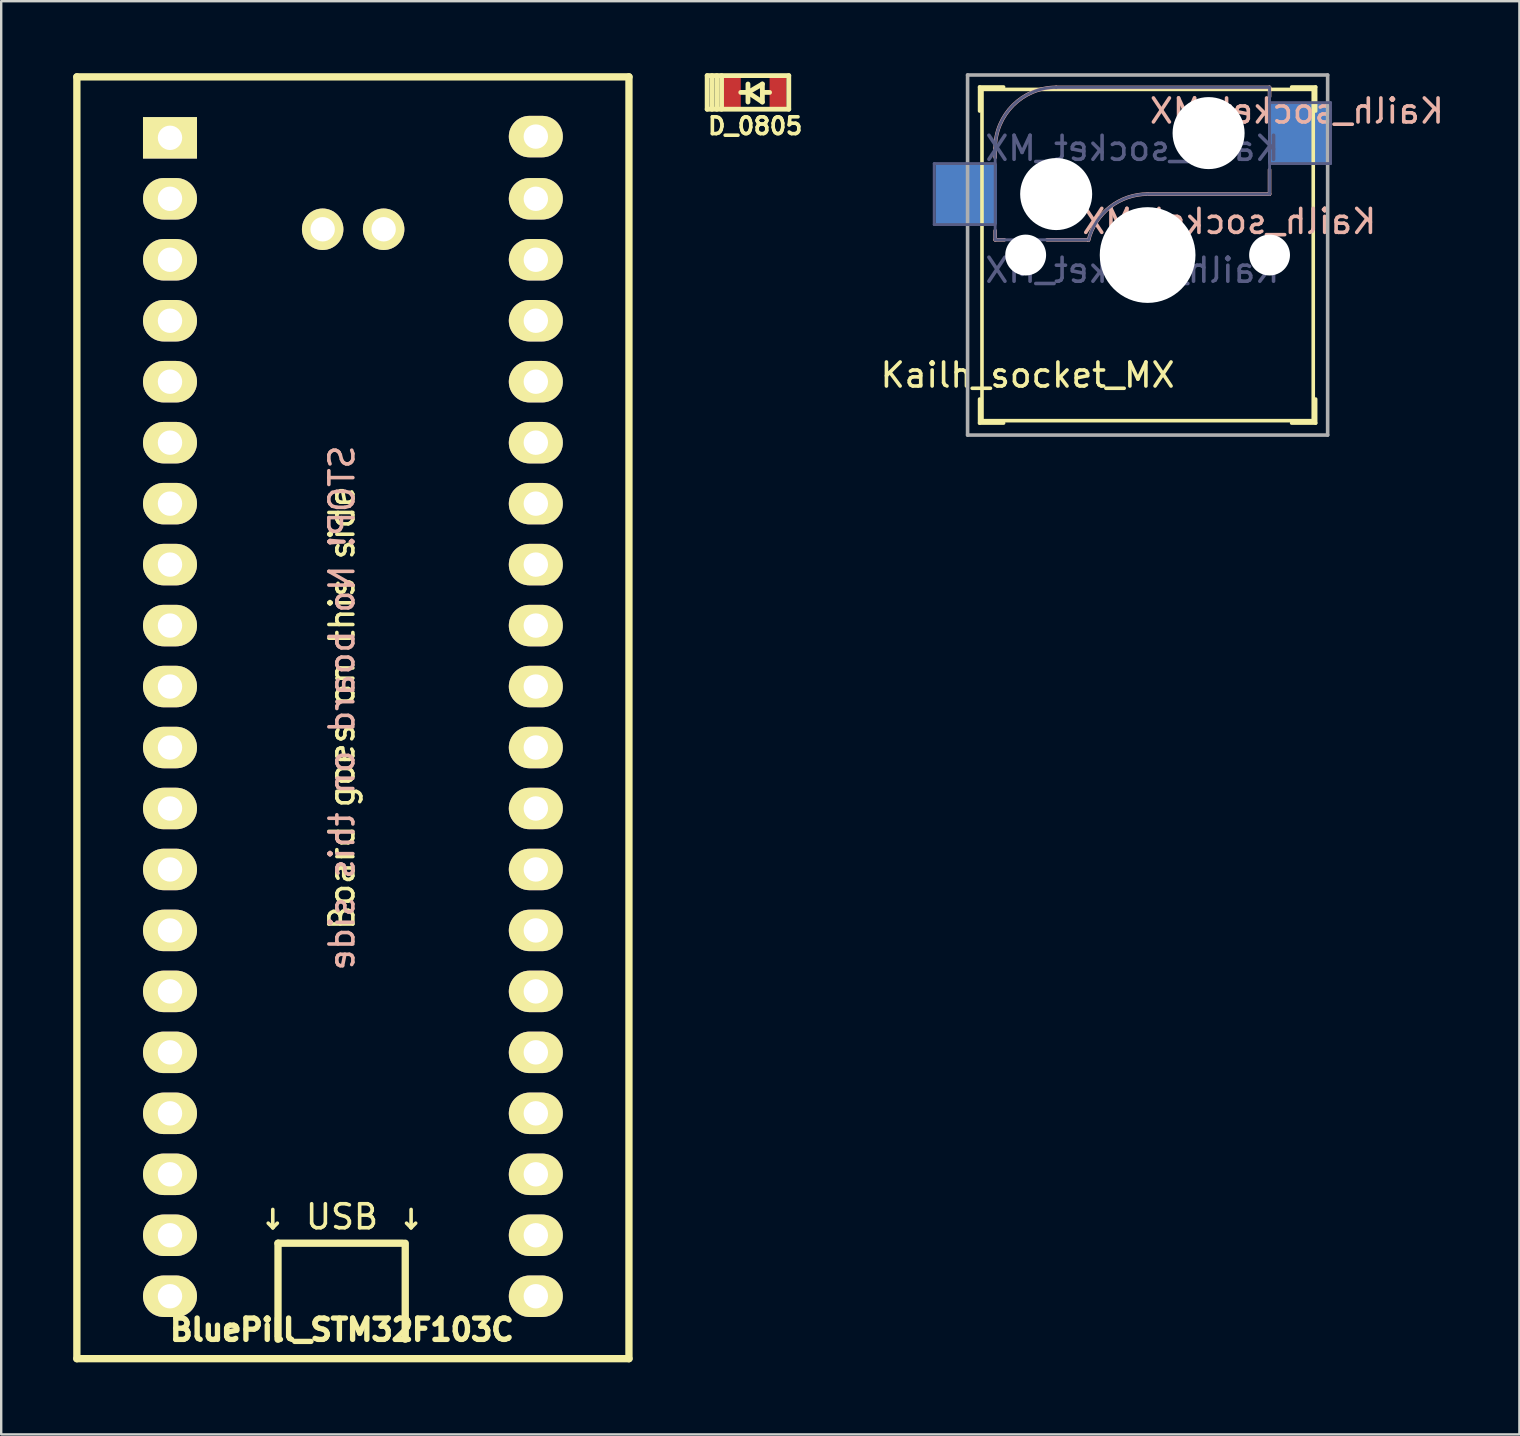
<source format=kicad_pcb>
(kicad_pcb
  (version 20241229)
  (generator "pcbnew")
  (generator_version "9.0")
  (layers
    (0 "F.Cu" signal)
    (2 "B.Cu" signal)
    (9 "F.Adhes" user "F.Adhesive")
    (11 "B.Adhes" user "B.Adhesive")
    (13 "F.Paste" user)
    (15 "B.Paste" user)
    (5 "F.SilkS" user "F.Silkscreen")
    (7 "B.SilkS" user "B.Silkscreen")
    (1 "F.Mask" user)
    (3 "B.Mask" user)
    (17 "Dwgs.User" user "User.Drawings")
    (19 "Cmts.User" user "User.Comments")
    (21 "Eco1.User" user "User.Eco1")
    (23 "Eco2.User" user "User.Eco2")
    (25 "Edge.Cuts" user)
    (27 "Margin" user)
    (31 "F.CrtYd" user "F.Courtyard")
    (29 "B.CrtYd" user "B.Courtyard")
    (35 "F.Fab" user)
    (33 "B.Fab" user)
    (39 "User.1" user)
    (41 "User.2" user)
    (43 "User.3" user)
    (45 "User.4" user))
  (footprint "D_0805"
    (layer "F.Cu")
    (at 28.41 0.8)
    (property "Reference" "D_0805" (at 0 1.4 0) (layer "F.SilkS") (effects (font (size 0.7 0.7) (thickness 0.15))))
    (attr smd)
    (fp_line (start -2 -0.7) (end -2 0.7) (stroke (width 0.2) (type solid)) (layer "F.SilkS"))
    (fp_line (start -2 -0.7) (end 1.4 -0.7) (stroke (width 0.2) (type solid)) (layer "F.SilkS"))
    (fp_line (start -2 0.7) (end 1.4 0.7) (stroke (width 0.2) (type solid)) (layer "F.SilkS"))
    (fp_line (start -1.8 -0.7) (end -1.8 0.7) (stroke (width 0.2) (type solid)) (layer "F.SilkS"))
    (fp_line (start -1.6 -0.7) (end -1.6 0.7) (stroke (width 0.2) (type solid)) (layer "F.SilkS"))
    (fp_line (start -1.4 -0.7) (end -1.4 0.7) (stroke (width 0.2) (type solid)) (layer "F.SilkS"))
    (fp_line (start -0.3 -0.35) (end -0.3 0.4) (stroke (width 0.2) (type solid)) (layer "F.SilkS"))
    (fp_line (start -0.3 0) (end -0.6 0) (stroke (width 0.2) (type solid)) (layer "F.SilkS"))
    (fp_line (start -0.3 0) (end 0.3 -0.35) (stroke (width 0.2) (type solid)) (layer "F.SilkS"))
    (fp_line (start 0.3 -0.35) (end 0.3 0.4) (stroke (width 0.2) (type solid)) (layer "F.SilkS"))
    (fp_line (start 0.3 0) (end 0.6 0) (stroke (width 0.2) (type solid)) (layer "F.SilkS"))
    (fp_line (start 0.3 0.4) (end -0.3 0) (stroke (width 0.2) (type solid)) (layer "F.SilkS"))
    (fp_line (start 1.4 -0.7) (end 1.4 0.7) (stroke (width 0.2) (type solid)) (layer "F.SilkS"))
    (pad "1" smd rect (at -0.95 0) (size 0.7 1.3) (layers "F.Cu" "F.Mask" "F.Paste"))
    (pad "2" smd rect (at 0.95 0) (size 0.7 1.3) (layers "F.Cu" "F.Mask" "F.Paste")))
  (footprint "BluePill_STM32F103C"
    (layer "F.Cu")
    (at 4.032 2.742)
    (property "Reference" "BluePill_STM32F103C" (at 7.163 49.606 180) (layer "F.SilkS") (effects (font (size 0.889 0.889) (thickness 0.305))))
    (attr through_hole)
    (fp_line (start -3.88 -2.59) (end 19.12 -2.59) (stroke (width 0.305) (type solid)) (layer "F.SilkS"))
    (fp_line (start -3.88 50.81) (end -3.88 -2.59) (stroke (width 0.305) (type solid)) (layer "F.SilkS"))
    (fp_line (start 4.5 46) (end 4.5 50) (stroke (width 0.305) (type solid)) (layer "F.SilkS"))
    (fp_line (start 4.5 46) (end 9.7 46) (stroke (width 0.305) (type solid)) (layer "F.SilkS"))
    (fp_line (start 9.8 46) (end 9.8 50) (stroke (width 0.305) (type solid)) (layer "F.SilkS"))
    (fp_line (start 19.12 -2.59) (end 19.12 50.81) (stroke (width 0.305) (type solid)) (layer "F.SilkS"))
    (fp_line (start 19.12 50.81) (end -3.88 50.81) (stroke (width 0.305) (type solid)) (layer "F.SilkS"))
    (fp_text user "↓ USB ↓" (at 7.163 44.9 0) (layer "F.SilkS") (effects (font (size 1 1) (thickness 0.15))))
    (fp_text user "Board goes on this side" (at 7.163 23.7 90) (layer "F.SilkS") (effects (font (size 1 1) (thickness 0.15))))
    (fp_text user "STOP! No board on this side" (at 7.163 23.7 90) (layer "B.SilkS") (effects (font (size 1 1) (thickness 0.15)) (justify mirror)))
    (pad "1" thru_hole rect (at 0 -0.051 270) (size 1.727 2.25) (drill 1.016) (layers "*.Cu" "*.Mask" "F.SilkS"))
    (pad "2" thru_hole oval (at 0 2.489 270) (size 1.727 2.25) (drill 1.016) (layers "*.Cu" "*.Mask" "F.SilkS"))
    (pad "3" thru_hole oval (at 0 5.029 270) (size 1.727 2.25) (drill 1.016) (layers "*.Cu" "*.Mask" "F.SilkS"))
    (pad "4" thru_hole oval (at 0 7.569 270) (size 1.727 2.25) (drill 1.016) (layers "*.Cu" "*.Mask" "F.SilkS"))
    (pad "5" thru_hole oval (at 0 10.109 270) (size 1.727 2.25) (drill 1.016) (layers "*.Cu" "*.Mask" "F.SilkS"))
    (pad "6" thru_hole oval (at 0 12.649 270) (size 1.727 2.25) (drill 1.016) (layers "*.Cu" "*.Mask" "F.SilkS"))
    (pad "7" thru_hole oval (at 0 15.189 270) (size 1.727 2.25) (drill 1.016) (layers "*.Cu" "*.Mask" "F.SilkS"))
    (pad "8" thru_hole oval (at 0 17.729 270) (size 1.727 2.25) (drill 1.016) (layers "*.Cu" "*.Mask" "F.SilkS"))
    (pad "9" thru_hole oval (at 0 20.269 270) (size 1.727 2.25) (drill 1.016) (layers "*.Cu" "*.Mask" "F.SilkS"))
    (pad "10" thru_hole oval (at 0 22.809 270) (size 1.727 2.25) (drill 1.016) (layers "*.Cu" "*.Mask" "F.SilkS"))
    (pad "11" thru_hole oval (at 0 25.349 270) (size 1.727 2.25) (drill 1.016) (layers "*.Cu" "*.Mask" "F.SilkS"))
    (pad "12" thru_hole oval (at 0 27.889 270) (size 1.727 2.25) (drill 1.016) (layers "*.Cu" "*.Mask" "F.SilkS"))
    (pad "13" thru_hole oval (at 0 30.429 270) (size 1.727 2.25) (drill 1.016) (layers "*.Cu" "*.Mask" "F.SilkS"))
    (pad "14" thru_hole oval (at 0 32.969 270) (size 1.727 2.25) (drill 1.016) (layers "*.Cu" "*.Mask" "F.SilkS"))
    (pad "15" thru_hole oval (at 0 35.509 270) (size 1.727 2.25) (drill 1.016) (layers "*.Cu" "*.Mask" "F.SilkS"))
    (pad "16" thru_hole oval (at 0 38.049 270) (size 1.727 2.25) (drill 1.016) (layers "*.Cu" "*.Mask" "F.SilkS"))
    (pad "17" thru_hole oval (at 0 40.589 270) (size 1.727 2.25) (drill 1.016) (layers "*.Cu" "*.Mask" "F.SilkS"))
    (pad "18" thru_hole oval (at 0 43.129 270) (size 1.727 2.25) (drill 1.016) (layers "*.Cu" "*.Mask" "F.SilkS"))
    (pad "19" thru_hole oval (at 0 45.669 270) (size 1.727 2.25) (drill 1.016) (layers "*.Cu" "*.Mask" "F.SilkS"))
    (pad "20" thru_hole oval (at 0 48.209 270) (size 1.727 2.25) (drill 1.016) (layers "*.Cu" "*.Mask" "F.SilkS"))
    (pad "21" thru_hole oval (at 15.24 48.209 90) (size 1.727 2.25) (drill 1.016) (layers "*.Cu" "*.Mask" "F.SilkS"))
    (pad "22" thru_hole oval (at 15.24 45.669 90) (size 1.727 2.25) (drill 1.016) (layers "*.Cu" "*.Mask" "F.SilkS"))
    (pad "23" thru_hole oval (at 15.24 43.129 90) (size 1.727 2.25) (drill 1.016) (layers "*.Cu" "*.Mask" "F.SilkS"))
    (pad "24" thru_hole oval (at 15.24 40.589 90) (size 1.727 2.25) (drill 1.016) (layers "*.Cu" "*.Mask" "F.SilkS"))
    (pad "25" thru_hole oval (at 15.24 38.049 90) (size 1.727 2.25) (drill 1.016) (layers "*.Cu" "*.Mask" "F.SilkS"))
    (pad "26" thru_hole oval (at 15.24 35.509 90) (size 1.727 2.25) (drill 1.016) (layers "*.Cu" "*.Mask" "F.SilkS"))
    (pad "27" thru_hole oval (at 15.24 32.969 90) (size 1.727 2.25) (drill 1.016) (layers "*.Cu" "*.Mask" "F.SilkS"))
    (pad "28" thru_hole oval (at 15.24 30.429 90) (size 1.727 2.25) (drill 1.016) (layers "*.Cu" "*.Mask" "F.SilkS"))
    (pad "29" thru_hole oval (at 15.24 27.889 90) (size 1.727 2.25) (drill 1.016) (layers "*.Cu" "*.Mask" "F.SilkS"))
    (pad "30" thru_hole oval (at 15.24 25.349 90) (size 1.727 2.25) (drill 1.016) (layers "*.Cu" "*.Mask" "F.SilkS"))
    (pad "31" thru_hole oval (at 15.24 22.809 90) (size 1.727 2.25) (drill 1.016) (layers "*.Cu" "*.Mask" "F.SilkS"))
    (pad "32" thru_hole oval (at 15.24 20.269 90) (size 1.727 2.25) (drill 1.016) (layers "*.Cu" "*.Mask" "F.SilkS"))
    (pad "33" thru_hole oval (at 15.24 17.729 90) (size 1.727 2.25) (drill 1.016) (layers "*.Cu" "*.Mask" "F.SilkS"))
    (pad "34" thru_hole oval (at 15.24 15.189 90) (size 1.727 2.25) (drill 1.016) (layers "*.Cu" "*.Mask" "F.SilkS"))
    (pad "35" thru_hole oval (at 15.24 12.649 90) (size 1.727 2.25) (drill 1.016) (layers "*.Cu" "*.Mask" "F.SilkS"))
    (pad "36" thru_hole oval (at 15.24 10.109 90) (size 1.727 2.25) (drill 1.016) (layers "*.Cu" "*.Mask" "F.SilkS"))
    (pad "37" thru_hole oval (at 15.24 7.569 90) (size 1.727 2.25) (drill 1.016) (layers "*.Cu" "*.Mask" "F.SilkS"))
    (pad "38" thru_hole oval (at 15.24 5.029 90) (size 1.727 2.25) (drill 1.016) (layers "*.Cu" "*.Mask" "F.SilkS"))
    (pad "39" thru_hole oval (at 15.24 2.489 90) (size 1.727 2.25) (drill 1.016) (layers "*.Cu" "*.Mask" "F.SilkS"))
    (pad "40" thru_hole oval (at 15.24 -0.102 90) (size 1.727 2.25) (drill 1.016) (layers "*.Cu" "*.Mask" "F.SilkS"))
    (pad "41" thru_hole oval (at 8.9 3.759 90) (size 1.727 1.727) (drill 1.016) (layers "*.Cu" "*.Mask" "F.SilkS"))
    (pad "42" thru_hole oval (at 6.36 3.759 90) (size 1.727 1.727) (drill 1.016) (layers "*.Cu" "*.Mask" "F.SilkS")))
  (footprint "Kailh_socket_MX"
    (layer "F.Cu")
    (at 44.759 7.575)
    (property "Reference" "Kailh_socket_MX" (at 0 -6 0) (layer "B.SilkS") (effects (font (size 1 1) (thickness 0.15)) (justify right mirror)))
    (property "Value" "Kailh_socket_MX" (at 0 6.1 0) (layer "F.Fab") (hide yes) (effects (font (size 1 1) (thickness 0.15))))
    (attr smd)
    (fp_line (start -7 -6) (end -7 -7) (stroke (width 0.15) (type solid)) (layer "F.SilkS"))
    (fp_line (start -7 7) (end -7 6) (stroke (width 0.15) (type solid)) (layer "F.SilkS"))
    (fp_line (start -7 7) (end -6 7) (stroke (width 0.15) (type solid)) (layer "F.SilkS"))
    (fp_line (start -6.9 6.9) (end -6.9 -6.9) (stroke (width 0.15) (type solid)) (layer "F.SilkS"))
    (fp_line (start -6.9 6.9) (end 6.9 6.9) (stroke (width 0.15) (type solid)) (layer "F.SilkS"))
    (fp_line (start -6 -7) (end -7 -7) (stroke (width 0.15) (type solid)) (layer "F.SilkS"))
    (fp_line (start 6 7) (end 7 7) (stroke (width 0.15) (type solid)) (layer "F.SilkS"))
    (fp_line (start 6.9 -6.9) (end -6.9 -6.9) (stroke (width 0.15) (type solid)) (layer "F.SilkS"))
    (fp_line (start 6.9 -6.9) (end 6.9 6.9) (stroke (width 0.15) (type solid)) (layer "F.SilkS"))
    (fp_line (start 7 -7) (end 6 -7) (stroke (width 0.15) (type solid)) (layer "F.SilkS"))
    (fp_line (start 7 -7) (end 7 -6) (stroke (width 0.15) (type solid)) (layer "F.SilkS"))
    (fp_line (start 7 6) (end 7 7) (stroke (width 0.15) (type solid)) (layer "F.SilkS"))
    (fp_line (start -6.35 -4.445) (end -6.35 -4.064) (stroke (width 0.15) (type solid)) (layer "B.SilkS"))
    (fp_line (start -6.35 -1.016) (end -6.35 -0.635) (stroke (width 0.15) (type solid)) (layer "B.SilkS"))
    (fp_line (start -5.969 -0.635) (end -6.35 -0.635) (stroke (width 0.15) (type solid)) (layer "B.SilkS"))
    (fp_line (start -3.81 -6.985) (end 5.08 -6.985) (stroke (width 0.15) (type solid)) (layer "B.SilkS"))
    (fp_line (start -2.464 -0.635) (end -4.191 -0.635) (stroke (width 0.15) (type solid)) (layer "B.SilkS"))
    (fp_line (start 5.08 -6.985) (end 5.08 -6.604) (stroke (width 0.15) (type solid)) (layer "B.SilkS"))
    (fp_line (start 5.08 -3.556) (end 5.08 -2.54) (stroke (width 0.15) (type solid)) (layer "B.SilkS"))
    (fp_line (start 5.08 -2.54) (end 0 -2.54) (stroke (width 0.15) (type solid)) (layer "B.SilkS"))
    (fp_arc (start -6.35 -4.445) (mid -5.606051 -6.241051) (end -3.81 -6.985) (stroke (width 0.15) (type solid)) (layer "B.SilkS"))
    (fp_arc (start -2.464162 -0.61604) (mid -1.563147 -2.002042) (end 0 -2.54) (stroke (width 0.15) (type solid)) (layer "B.SilkS"))
    (fp_line (start -8.89 -3.81) (end -6.35 -3.81) (stroke (width 0.12) (type solid)) (layer "B.Fab"))
    (fp_line (start -8.89 -1.27) (end -8.89 -3.81) (stroke (width 0.12) (type solid)) (layer "B.Fab"))
    (fp_line (start -6.35 -1.27) (end -8.89 -1.27) (stroke (width 0.12) (type solid)) (layer "B.Fab"))
    (fp_line (start -6.35 -0.635) (end -6.35 -4.445) (stroke (width 0.12) (type solid)) (layer "B.Fab"))
    (fp_line (start -6.35 -0.635) (end -2.54 -0.635) (stroke (width 0.12) (type solid)) (layer "B.Fab"))
    (fp_line (start -3.81 -6.985) (end 5.08 -6.985) (stroke (width 0.12) (type solid)) (layer "B.Fab"))
    (fp_line (start 5.08 -6.985) (end 5.08 -2.54) (stroke (width 0.12) (type solid)) (layer "B.Fab"))
    (fp_line (start 5.08 -6.35) (end 7.62 -6.35) (stroke (width 0.12) (type solid)) (layer "B.Fab"))
    (fp_line (start 5.08 -2.54) (end 0 -2.54) (stroke (width 0.12) (type solid)) (layer "B.Fab"))
    (fp_line (start 7.62 -6.35) (end 7.62 -3.81) (stroke (width 0.12) (type solid)) (layer "B.Fab"))
    (fp_line (start 7.62 -3.81) (end 5.08 -3.81) (stroke (width 0.12) (type solid)) (layer "B.Fab"))
    (fp_arc (start -6.35 -4.445) (mid -5.606051 -6.241051) (end -3.81 -6.985) (stroke (width 0.12) (type solid)) (layer "B.Fab"))
    (fp_arc (start -2.464162 -0.61604) (mid -1.563147 -2.002042) (end 0 -2.54) (stroke (width 0.12) (type solid)) (layer "B.Fab"))
    (fp_line (start -7.5 -7.5) (end 7.5 -7.5) (stroke (width 0.15) (type solid)) (layer "F.Fab"))
    (fp_line (start -7.5 7.5) (end -7.5 -7.5) (stroke (width 0.15) (type solid)) (layer "F.Fab"))
    (fp_line (start 7.5 -7.5) (end 7.5 7.5) (stroke (width 0.15) (type solid)) (layer "F.Fab"))
    (fp_line (start 7.5 7.5) (end -7.5 7.5) (stroke (width 0.15) (type solid)) (layer "F.Fab"))
    (fp_text user "${VALUE}" (at -5 5 0) (layer "F.SilkS") (effects (font (size 1 1) (thickness 0.15))))
    (fp_text user "${VALUE}" (at 3.4 -1.4 0) (layer "B.SilkS") (effects (font (size 1 1) (thickness 0.15)) (justify mirror)))
    (fp_text user "${REFERENCE}" (at -0.635 -4.445 0) (layer "B.Fab") (effects (font (size 1 1) (thickness 0.15)) (justify mirror)))
    (fp_text user "${VALUE}" (at -0.635 0.635 0) (layer "B.Fab") (effects (font (size 1 1) (thickness 0.15)) (justify mirror)))
    (pad "" np_thru_hole circle (at -5.08 0) (size 1.702 1.702) (drill 1.702) (layers "*.Cu" "*.Mask"))
    (pad "" np_thru_hole circle (at -3.81 -2.54) (size 3 3) (drill 3) (layers "*.Cu" "*.Mask"))
    (pad "" np_thru_hole circle (at 0 0) (size 3.988 3.988) (drill 3.988) (layers "*.Cu" "*.Mask"))
    (pad "" np_thru_hole circle (at 2.54 -5.08) (size 3 3) (drill 3) (layers "*.Cu" "*.Mask"))
    (pad "" np_thru_hole circle (at 5.08 0) (size 1.702 1.702) (drill 1.702) (layers "*.Cu" "*.Mask"))
    (pad "1" smd rect (at 6.29 -5.08) (size 2.55 2.5) (layers "B.Cu" "B.Mask" "B.Paste"))
    (pad "2" smd rect (at -7.56 -2.54) (size 2.55 2.5) (layers "B.Cu" "B.Mask" "B.Paste")))
  (gr_rect
    (start -3 -3)
    (end 60.247 56.705)
    (stroke (width 0.1) (type default))
    (fill no)
    (layer "Edge.Cuts")))
</source>
